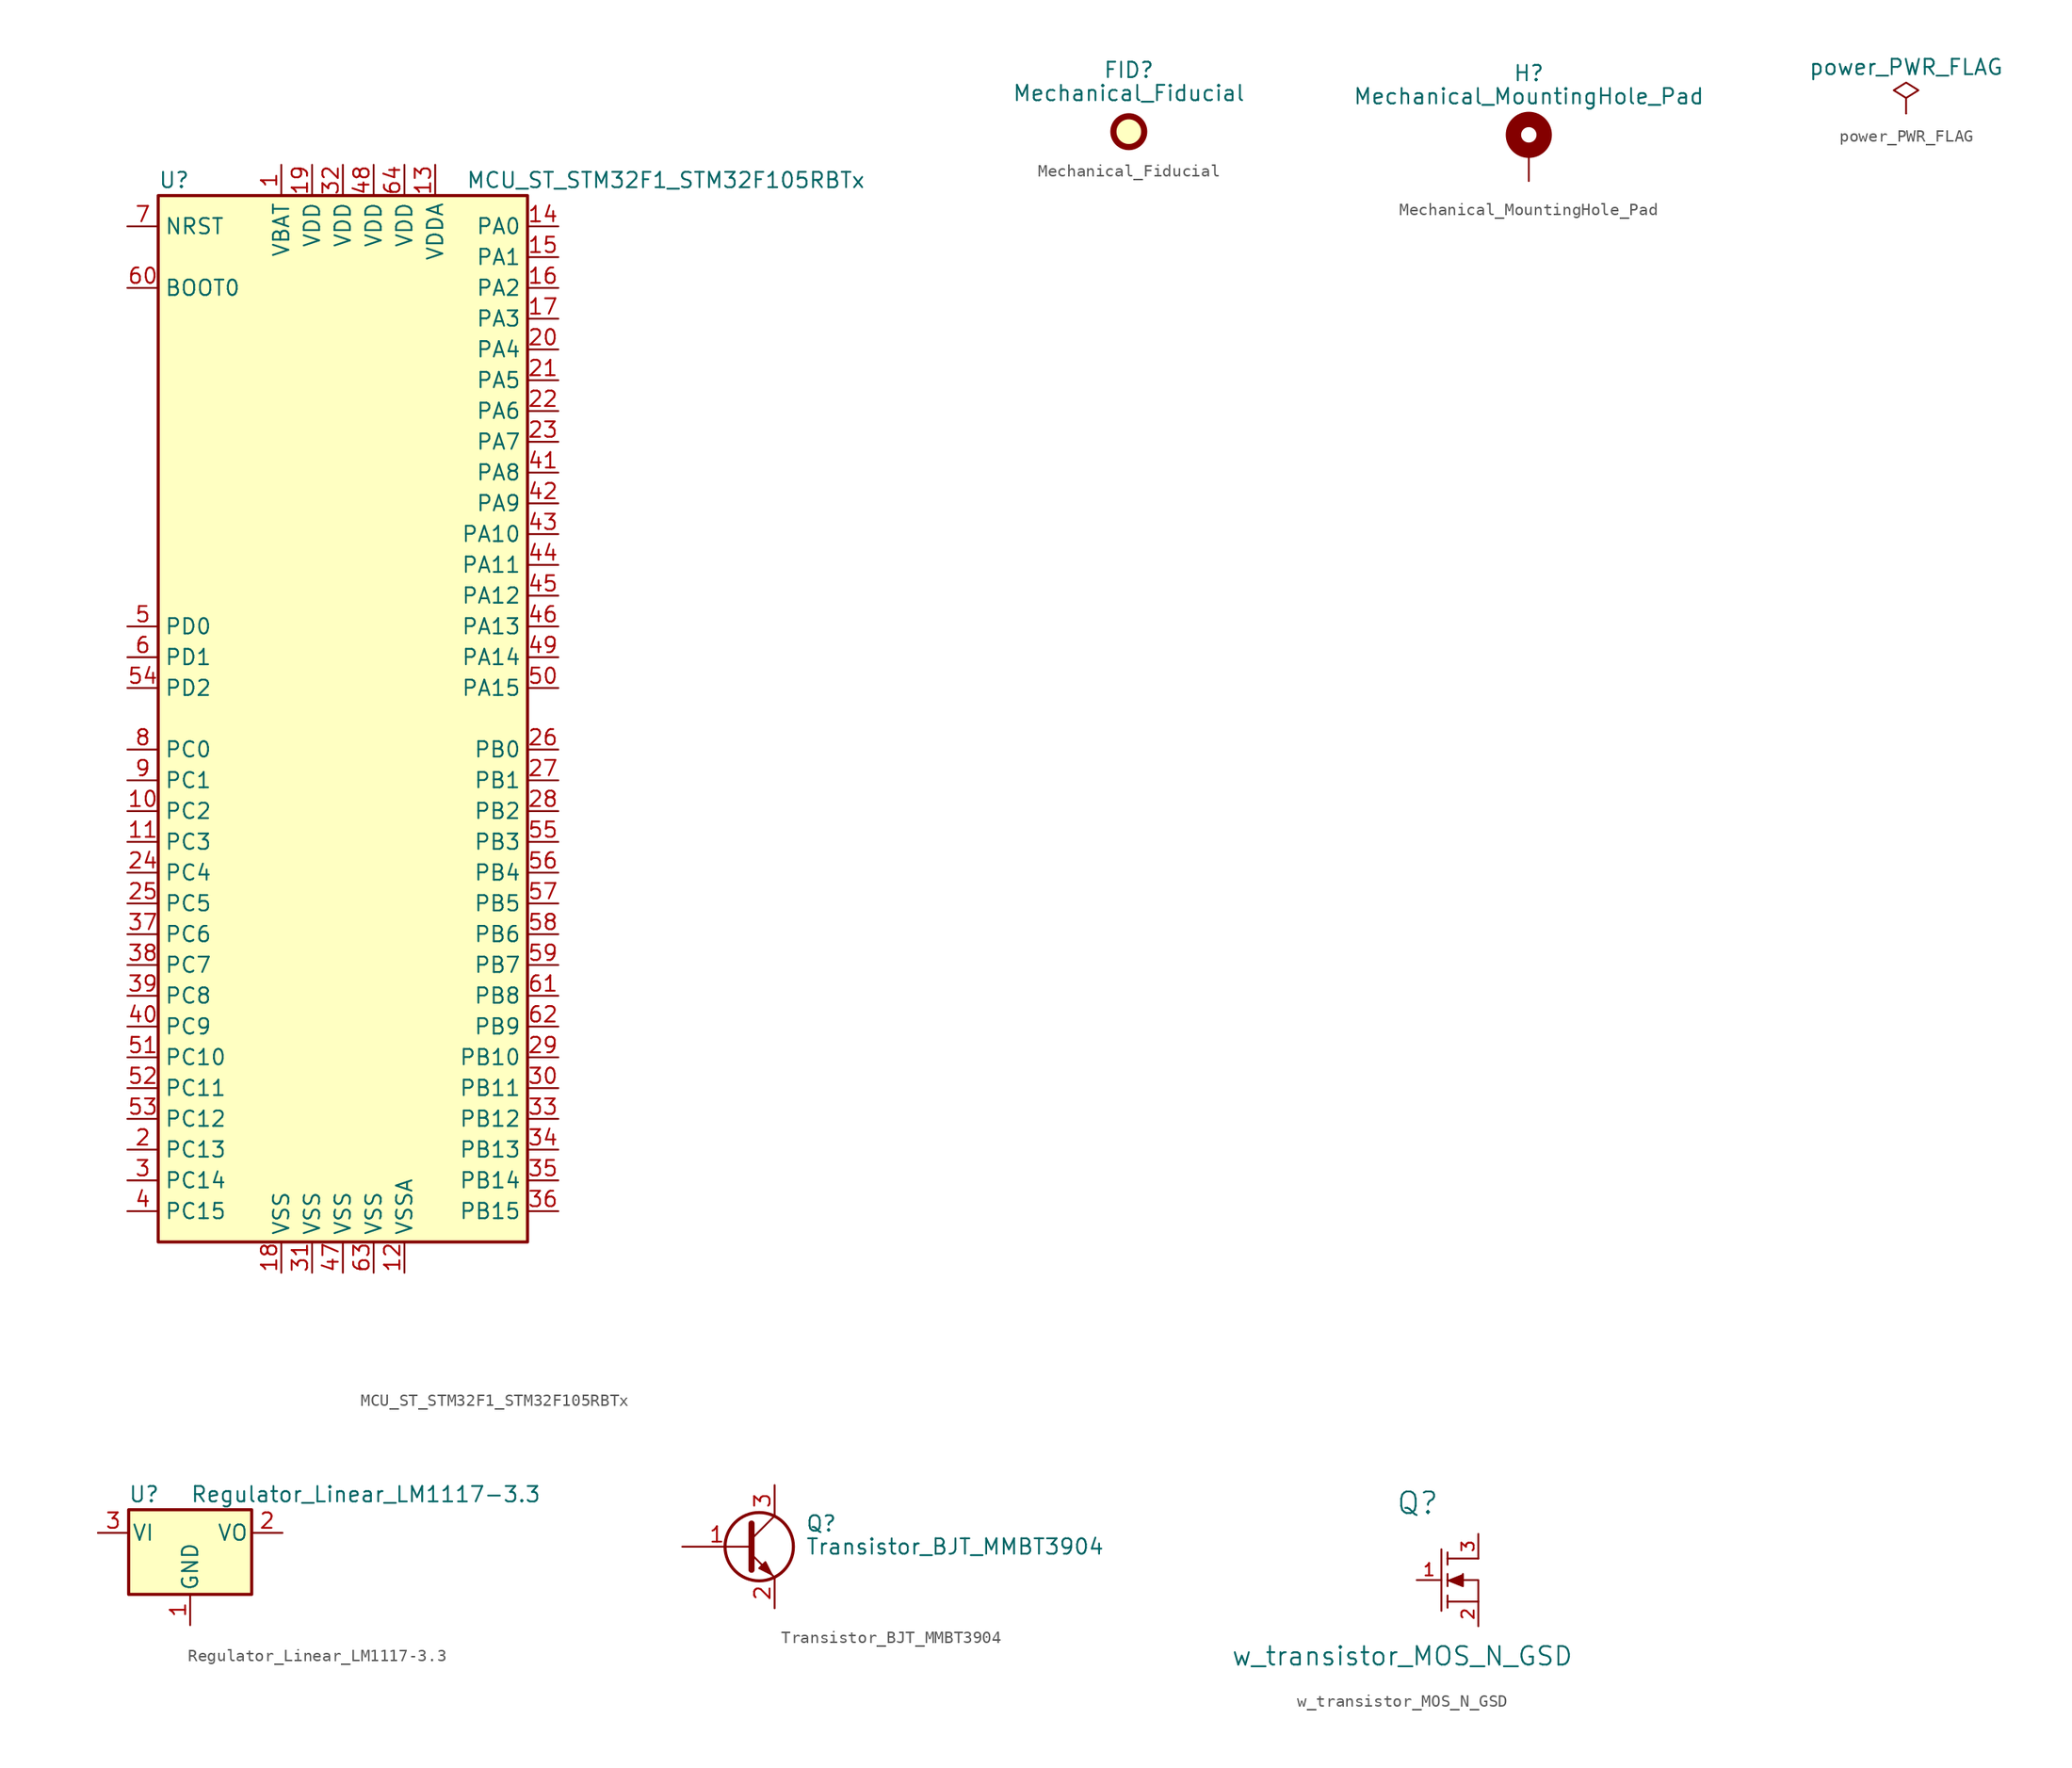
<source format=kicad_sym>
(kicad_symbol_lib
  (version 20210619)
  (generator kicad_symbol_editor)
  (symbol "OpenFlops:MCU_ST_STM32F1_STM32F105RBTx"
    (property "Reference" "U"
      (at -15.24 44.45 0)
      (effects (font (size 1.27 1.27)) (justify left)))
    (property "Value" "MCU_ST_STM32F1_STM32F105RBTx"
      (at 10.16 44.45 0)
      (effects (font (size 1.27 1.27)) (justify left)))
    (symbol "MCU_ST_STM32F1_STM32F105RBTx_0_1"
      (rectangle (start -15.24 -43.18) (end 15.24 43.18) (stroke (width 0.254)) (fill (type background))))
    (symbol "MCU_ST_STM32F1_STM32F105RBTx_1_1"
      (pin power_in line (at -5.08 45.72 270) (length 2.54) (name "VBAT" (effects (font (size 1.27 1.27)))) (number "1" (effects (font (size 1.27 1.27)))))
      (pin bidirectional line (at -17.78 -7.62 0) (length 2.54) (name "PC2" (effects (font (size 1.27 1.27)))) (number "10" (effects (font (size 1.27 1.27)))))
      (pin bidirectional line (at -17.78 -10.16 0) (length 2.54) (name "PC3" (effects (font (size 1.27 1.27)))) (number "11" (effects (font (size 1.27 1.27)))))
      (pin power_in line (at 5.08 -45.72 90) (length 2.54) (name "VSSA" (effects (font (size 1.27 1.27)))) (number "12" (effects (font (size 1.27 1.27)))))
      (pin power_in line (at 7.62 45.72 270) (length 2.54) (name "VDDA" (effects (font (size 1.27 1.27)))) (number "13" (effects (font (size 1.27 1.27)))))
      (pin bidirectional line (at 17.78 40.64 180) (length 2.54) (name "PA0" (effects (font (size 1.27 1.27)))) (number "14" (effects (font (size 1.27 1.27)))))
      (pin bidirectional line (at 17.78 38.1 180) (length 2.54) (name "PA1" (effects (font (size 1.27 1.27)))) (number "15" (effects (font (size 1.27 1.27)))))
      (pin bidirectional line (at 17.78 35.56 180) (length 2.54) (name "PA2" (effects (font (size 1.27 1.27)))) (number "16" (effects (font (size 1.27 1.27)))))
      (pin bidirectional line (at 17.78 33.02 180) (length 2.54) (name "PA3" (effects (font (size 1.27 1.27)))) (number "17" (effects (font (size 1.27 1.27)))))
      (pin power_in line (at -5.08 -45.72 90) (length 2.54) (name "VSS" (effects (font (size 1.27 1.27)))) (number "18" (effects (font (size 1.27 1.27)))))
      (pin power_in line (at -2.54 45.72 270) (length 2.54) (name "VDD" (effects (font (size 1.27 1.27)))) (number "19" (effects (font (size 1.27 1.27)))))
      (pin bidirectional line (at -17.78 -35.56 0) (length 2.54) (name "PC13" (effects (font (size 1.27 1.27)))) (number "2" (effects (font (size 1.27 1.27)))))
      (pin bidirectional line (at 17.78 30.48 180) (length 2.54) (name "PA4" (effects (font (size 1.27 1.27)))) (number "20" (effects (font (size 1.27 1.27)))))
      (pin bidirectional line (at 17.78 27.94 180) (length 2.54) (name "PA5" (effects (font (size 1.27 1.27)))) (number "21" (effects (font (size 1.27 1.27)))))
      (pin bidirectional line (at 17.78 25.4 180) (length 2.54) (name "PA6" (effects (font (size 1.27 1.27)))) (number "22" (effects (font (size 1.27 1.27)))))
      (pin bidirectional line (at 17.78 22.86 180) (length 2.54) (name "PA7" (effects (font (size 1.27 1.27)))) (number "23" (effects (font (size 1.27 1.27)))))
      (pin bidirectional line (at -17.78 -12.7 0) (length 2.54) (name "PC4" (effects (font (size 1.27 1.27)))) (number "24" (effects (font (size 1.27 1.27)))))
      (pin bidirectional line (at -17.78 -15.24 0) (length 2.54) (name "PC5" (effects (font (size 1.27 1.27)))) (number "25" (effects (font (size 1.27 1.27)))))
      (pin bidirectional line (at 17.78 -2.54 180) (length 2.54) (name "PB0" (effects (font (size 1.27 1.27)))) (number "26" (effects (font (size 1.27 1.27)))))
      (pin bidirectional line (at 17.78 -5.08 180) (length 2.54) (name "PB1" (effects (font (size 1.27 1.27)))) (number "27" (effects (font (size 1.27 1.27)))))
      (pin bidirectional line (at 17.78 -7.62 180) (length 2.54) (name "PB2" (effects (font (size 1.27 1.27)))) (number "28" (effects (font (size 1.27 1.27)))))
      (pin bidirectional line (at 17.78 -27.94 180) (length 2.54) (name "PB10" (effects (font (size 1.27 1.27)))) (number "29" (effects (font (size 1.27 1.27)))))
      (pin bidirectional line (at -17.78 -38.1 0) (length 2.54) (name "PC14" (effects (font (size 1.27 1.27)))) (number "3" (effects (font (size 1.27 1.27)))))
      (pin bidirectional line (at 17.78 -30.48 180) (length 2.54) (name "PB11" (effects (font (size 1.27 1.27)))) (number "30" (effects (font (size 1.27 1.27)))))
      (pin power_in line (at -2.54 -45.72 90) (length 2.54) (name "VSS" (effects (font (size 1.27 1.27)))) (number "31" (effects (font (size 1.27 1.27)))))
      (pin power_in line (at 0 45.72 270) (length 2.54) (name "VDD" (effects (font (size 1.27 1.27)))) (number "32" (effects (font (size 1.27 1.27)))))
      (pin bidirectional line (at 17.78 -33.02 180) (length 2.54) (name "PB12" (effects (font (size 1.27 1.27)))) (number "33" (effects (font (size 1.27 1.27)))))
      (pin bidirectional line (at 17.78 -35.56 180) (length 2.54) (name "PB13" (effects (font (size 1.27 1.27)))) (number "34" (effects (font (size 1.27 1.27)))))
      (pin bidirectional line (at 17.78 -38.1 180) (length 2.54) (name "PB14" (effects (font (size 1.27 1.27)))) (number "35" (effects (font (size 1.27 1.27)))))
      (pin bidirectional line (at 17.78 -40.64 180) (length 2.54) (name "PB15" (effects (font (size 1.27 1.27)))) (number "36" (effects (font (size 1.27 1.27)))))
      (pin bidirectional line (at -17.78 -17.78 0) (length 2.54) (name "PC6" (effects (font (size 1.27 1.27)))) (number "37" (effects (font (size 1.27 1.27)))))
      (pin bidirectional line (at -17.78 -20.32 0) (length 2.54) (name "PC7" (effects (font (size 1.27 1.27)))) (number "38" (effects (font (size 1.27 1.27)))))
      (pin bidirectional line (at -17.78 -22.86 0) (length 2.54) (name "PC8" (effects (font (size 1.27 1.27)))) (number "39" (effects (font (size 1.27 1.27)))))
      (pin bidirectional line (at -17.78 -40.64 0) (length 2.54) (name "PC15" (effects (font (size 1.27 1.27)))) (number "4" (effects (font (size 1.27 1.27)))))
      (pin bidirectional line (at -17.78 -25.4 0) (length 2.54) (name "PC9" (effects (font (size 1.27 1.27)))) (number "40" (effects (font (size 1.27 1.27)))))
      (pin bidirectional line (at 17.78 20.32 180) (length 2.54) (name "PA8" (effects (font (size 1.27 1.27)))) (number "41" (effects (font (size 1.27 1.27)))))
      (pin bidirectional line (at 17.78 17.78 180) (length 2.54) (name "PA9" (effects (font (size 1.27 1.27)))) (number "42" (effects (font (size 1.27 1.27)))))
      (pin bidirectional line (at 17.78 15.24 180) (length 2.54) (name "PA10" (effects (font (size 1.27 1.27)))) (number "43" (effects (font (size 1.27 1.27)))))
      (pin bidirectional line (at 17.78 12.7 180) (length 2.54) (name "PA11" (effects (font (size 1.27 1.27)))) (number "44" (effects (font (size 1.27 1.27)))))
      (pin bidirectional line (at 17.78 10.16 180) (length 2.54) (name "PA12" (effects (font (size 1.27 1.27)))) (number "45" (effects (font (size 1.27 1.27)))))
      (pin bidirectional line (at 17.78 7.62 180) (length 2.54) (name "PA13" (effects (font (size 1.27 1.27)))) (number "46" (effects (font (size 1.27 1.27)))))
      (pin power_in line (at 0 -45.72 90) (length 2.54) (name "VSS" (effects (font (size 1.27 1.27)))) (number "47" (effects (font (size 1.27 1.27)))))
      (pin power_in line (at 2.54 45.72 270) (length 2.54) (name "VDD" (effects (font (size 1.27 1.27)))) (number "48" (effects (font (size 1.27 1.27)))))
      (pin bidirectional line (at 17.78 5.08 180) (length 2.54) (name "PA14" (effects (font (size 1.27 1.27)))) (number "49" (effects (font (size 1.27 1.27)))))
      (pin input line (at -17.78 7.62 0) (length 2.54) (name "PD0" (effects (font (size 1.27 1.27)))) (number "5" (effects (font (size 1.27 1.27)))))
      (pin bidirectional line (at 17.78 2.54 180) (length 2.54) (name "PA15" (effects (font (size 1.27 1.27)))) (number "50" (effects (font (size 1.27 1.27)))))
      (pin bidirectional line (at -17.78 -27.94 0) (length 2.54) (name "PC10" (effects (font (size 1.27 1.27)))) (number "51" (effects (font (size 1.27 1.27)))))
      (pin bidirectional line (at -17.78 -30.48 0) (length 2.54) (name "PC11" (effects (font (size 1.27 1.27)))) (number "52" (effects (font (size 1.27 1.27)))))
      (pin bidirectional line (at -17.78 -33.02 0) (length 2.54) (name "PC12" (effects (font (size 1.27 1.27)))) (number "53" (effects (font (size 1.27 1.27)))))
      (pin bidirectional line (at -17.78 2.54 0) (length 2.54) (name "PD2" (effects (font (size 1.27 1.27)))) (number "54" (effects (font (size 1.27 1.27)))))
      (pin bidirectional line (at 17.78 -10.16 180) (length 2.54) (name "PB3" (effects (font (size 1.27 1.27)))) (number "55" (effects (font (size 1.27 1.27)))))
      (pin bidirectional line (at 17.78 -12.7 180) (length 2.54) (name "PB4" (effects (font (size 1.27 1.27)))) (number "56" (effects (font (size 1.27 1.27)))))
      (pin bidirectional line (at 17.78 -15.24 180) (length 2.54) (name "PB5" (effects (font (size 1.27 1.27)))) (number "57" (effects (font (size 1.27 1.27)))))
      (pin bidirectional line (at 17.78 -17.78 180) (length 2.54) (name "PB6" (effects (font (size 1.27 1.27)))) (number "58" (effects (font (size 1.27 1.27)))))
      (pin bidirectional line (at 17.78 -20.32 180) (length 2.54) (name "PB7" (effects (font (size 1.27 1.27)))) (number "59" (effects (font (size 1.27 1.27)))))
      (pin input line (at -17.78 5.08 0) (length 2.54) (name "PD1" (effects (font (size 1.27 1.27)))) (number "6" (effects (font (size 1.27 1.27)))))
      (pin input line (at -17.78 35.56 0) (length 2.54) (name "BOOT0" (effects (font (size 1.27 1.27)))) (number "60" (effects (font (size 1.27 1.27)))))
      (pin bidirectional line (at 17.78 -22.86 180) (length 2.54) (name "PB8" (effects (font (size 1.27 1.27)))) (number "61" (effects (font (size 1.27 1.27)))))
      (pin bidirectional line (at 17.78 -25.4 180) (length 2.54) (name "PB9" (effects (font (size 1.27 1.27)))) (number "62" (effects (font (size 1.27 1.27)))))
      (pin power_in line (at 2.54 -45.72 90) (length 2.54) (name "VSS" (effects (font (size 1.27 1.27)))) (number "63" (effects (font (size 1.27 1.27)))))
      (pin power_in line (at 5.08 45.72 270) (length 2.54) (name "VDD" (effects (font (size 1.27 1.27)))) (number "64" (effects (font (size 1.27 1.27)))))
      (pin input line (at -17.78 40.64 0) (length 2.54) (name "NRST" (effects (font (size 1.27 1.27)))) (number "7" (effects (font (size 1.27 1.27)))))
      (pin bidirectional line (at -17.78 -2.54 0) (length 2.54) (name "PC0" (effects (font (size 1.27 1.27)))) (number "8" (effects (font (size 1.27 1.27)))))
      (pin bidirectional line (at -17.78 -5.08 0) (length 2.54) (name "PC1" (effects (font (size 1.27 1.27)))) (number "9" (effects (font (size 1.27 1.27)))))))
  (symbol "OpenFlops:Mechanical_Fiducial"
    (property "Reference" "FID"
      (at 0 5.08 0)
      (effects (font (size 1.27 1.27))))
    (property "Value" "Mechanical_Fiducial"
      (at 0 3.175 0)
      (effects (font (size 1.27 1.27))))
    (symbol "Mechanical_Fiducial_0_1"
      (circle (center 0 0) (radius 1.27) (stroke (width 0.508)) (fill (type background)))))
  (symbol "OpenFlops:Mechanical_MountingHole_Pad"
    (pin_numbers hide)
    (pin_names
      (offset 1.016) hide)
    (property "Reference" "H"
      (at 0 6.35 0)
      (effects (font (size 1.27 1.27))))
    (property "Value" "Mechanical_MountingHole_Pad"
      (at 0 4.445 0)
      (effects (font (size 1.27 1.27))))
    (symbol "Mechanical_MountingHole_Pad_0_1"
      (circle (center 0 1.27) (radius 1.27) (stroke (width 1.27)) (fill (type none))))
    (symbol "Mechanical_MountingHole_Pad_1_1"
      (pin input line (at 0 -2.54 90) (length 2.54) (name "1" (effects (font (size 1.27 1.27)))) (number "1" (effects (font (size 1.27 1.27)))))))
  (symbol "OpenFlops:power_PWR_FLAG"
    (power)
    (pin_numbers hide)
    (pin_names
      (offset 0) hide)
    (property "Reference" "#FLG"
      (at 0 1.905 0)
      (effects (font (size 1.27 1.27)) hide))
    (property "Value" "power_PWR_FLAG"
      (at 0 3.81 0)
      (effects (font (size 1.27 1.27))))
    (symbol "power_PWR_FLAG_0_0"
      (pin power_out line (at 0 0 90) (length 0) (name "pwr" (effects (font (size 1.27 1.27)))) (number "1" (effects (font (size 1.27 1.27))))))
    (symbol "power_PWR_FLAG_0_1"
      (polyline (pts (xy 0 0) (xy 0 1.27) (xy -1.016 1.905) (xy 0 2.54) (xy 1.016 1.905) (xy 0 1.27)) (stroke (width 0)) (fill (type none)))))
  (symbol "OpenFlops:Regulator_Linear_LM1117-3.3"
    (pin_names
      (offset 0.254))
    (property "Reference" "U"
      (at -3.81 3.175 0)
      (effects (font (size 1.27 1.27))))
    (property "Value" "Regulator_Linear_LM1117-3.3"
      (at 0 3.175 0)
      (effects (font (size 1.27 1.27)) (justify left)))
    (symbol "Regulator_Linear_LM1117-3.3_0_1"
      (rectangle (start -5.08 -5.08) (end 5.08 1.905) (stroke (width 0.254)) (fill (type background))))
    (symbol "Regulator_Linear_LM1117-3.3_1_1"
      (pin power_in line (at 0 -7.62 90) (length 2.54) (name "GND" (effects (font (size 1.27 1.27)))) (number "1" (effects (font (size 1.27 1.27)))))
      (pin power_out line (at 7.62 0 180) (length 2.54) (name "VO" (effects (font (size 1.27 1.27)))) (number "2" (effects (font (size 1.27 1.27)))))
      (pin power_in line (at -7.62 0 0) (length 2.54) (name "VI" (effects (font (size 1.27 1.27)))) (number "3" (effects (font (size 1.27 1.27)))))))
  (symbol "OpenFlops:Transistor_BJT_MMBT3904"
    (pin_names
      (offset 0) hide)
    (property "Reference" "Q"
      (at 5.08 1.905 0)
      (effects (font (size 1.27 1.27)) (justify left)))
    (property "Value" "Transistor_BJT_MMBT3904"
      (at 5.08 0 0)
      (effects (font (size 1.27 1.27)) (justify left)))
    (symbol "Transistor_BJT_MMBT3904_0_1"
      (circle (center 1.27 0) (radius 2.819) (stroke (width 0.254)) (fill (type none)))
      (polyline (pts (xy 0.635 0.635) (xy 2.54 2.54)) (stroke (width 0)) (fill (type none)))
      (polyline (pts (xy 0.635 -0.635) (xy 2.54 -2.54) (xy 2.54 -2.54)) (stroke (width 0)) (fill (type none)))
      (polyline (pts (xy 0.635 1.905) (xy 0.635 -1.905) (xy 0.635 -1.905)) (stroke (width 0.508)) (fill (type none)))
      (polyline (pts (xy 1.27 -1.778) (xy 1.778 -1.27) (xy 2.286 -2.286) (xy 1.27 -1.778) (xy 1.27 -1.778)) (stroke (width 0)) (fill (type outline))))
    (symbol "Transistor_BJT_MMBT3904_1_1"
      (pin input line (at -5.08 0 0) (length 5.715) (name "B" (effects (font (size 1.27 1.27)))) (number "1" (effects (font (size 1.27 1.27)))))
      (pin passive line (at 2.54 -5.08 90) (length 2.54) (name "E" (effects (font (size 1.27 1.27)))) (number "2" (effects (font (size 1.27 1.27)))))
      (pin passive line (at 2.54 5.08 270) (length 2.54) (name "C" (effects (font (size 1.27 1.27)))) (number "3" (effects (font (size 1.27 1.27)))))))
  (symbol "OpenFlops:w_transistor_MOS_N_GSD"
    (pin_names
      (offset 0.762) hide)
    (property "Reference" "Q"
      (at -2.464 6.35 0)
      (effects (font (size 1.778 1.778))))
    (property "Value" "w_transistor_MOS_N_GSD"
      (at -3.734 -6.274 0)
      (effects (font (size 1.524 1.524))))
    (property "Footprint" ""
      (at 0 0 0)
      (effects (font (size 1.524 1.524))))
    (property "Datasheet" ""
      (at 0 0 0)
      (effects (font (size 1.524 1.524))))
    (symbol "w_transistor_MOS_N_GSD_0_1"
      (polyline (pts (xy 0 1.778) (xy 2.54 1.778) (xy 2.54 1.778)) (stroke (width 0)) (fill (type none)))
      (polyline (pts (xy 0 -1.778) (xy 2.54 -1.778) (xy 2.54 0) (xy 1.27 0) (xy 1.27 0)) (stroke (width 0)) (fill (type none)))
      (polyline (pts (xy -0.508 2.54) (xy -0.508 -2.54) (xy -0.508 -2.54)) (stroke (width 0)) (fill (type outline)))
      (polyline (pts (xy 0 -2.286) (xy 0 -1.27) (xy 0 -1.27)) (stroke (width 0)) (fill (type outline)))
      (polyline (pts (xy 0 -0.508) (xy 0 0.508) (xy 0 0.508)) (stroke (width 0)) (fill (type outline)))
      (polyline (pts (xy 0 1.27) (xy 0 2.286) (xy 0 2.286)) (stroke (width 0)) (fill (type outline)))
      (polyline (pts (xy 1.27 0.508) (xy 1.27 -0.508) (xy 0 0) (xy 0 0)) (stroke (width 0)) (fill (type outline))))
    (symbol "w_transistor_MOS_N_GSD_1_1"
      (pin input line (at -2.54 0 0) (length 2.032) (name "G" (effects (font (size 1.016 1.016)))) (number "1" (effects (font (size 1.016 1.016)))))
      (pin passive line (at 2.54 -3.81 90) (length 2.032) (name "S" (effects (font (size 1.016 1.016)))) (number "2" (effects (font (size 1.016 1.016)))))
      (pin passive line (at 2.54 3.81 270) (length 2.032) (name "D" (effects (font (size 1.016 1.016)))) (number "3" (effects (font (size 1.016 1.016))))))))
</source>
